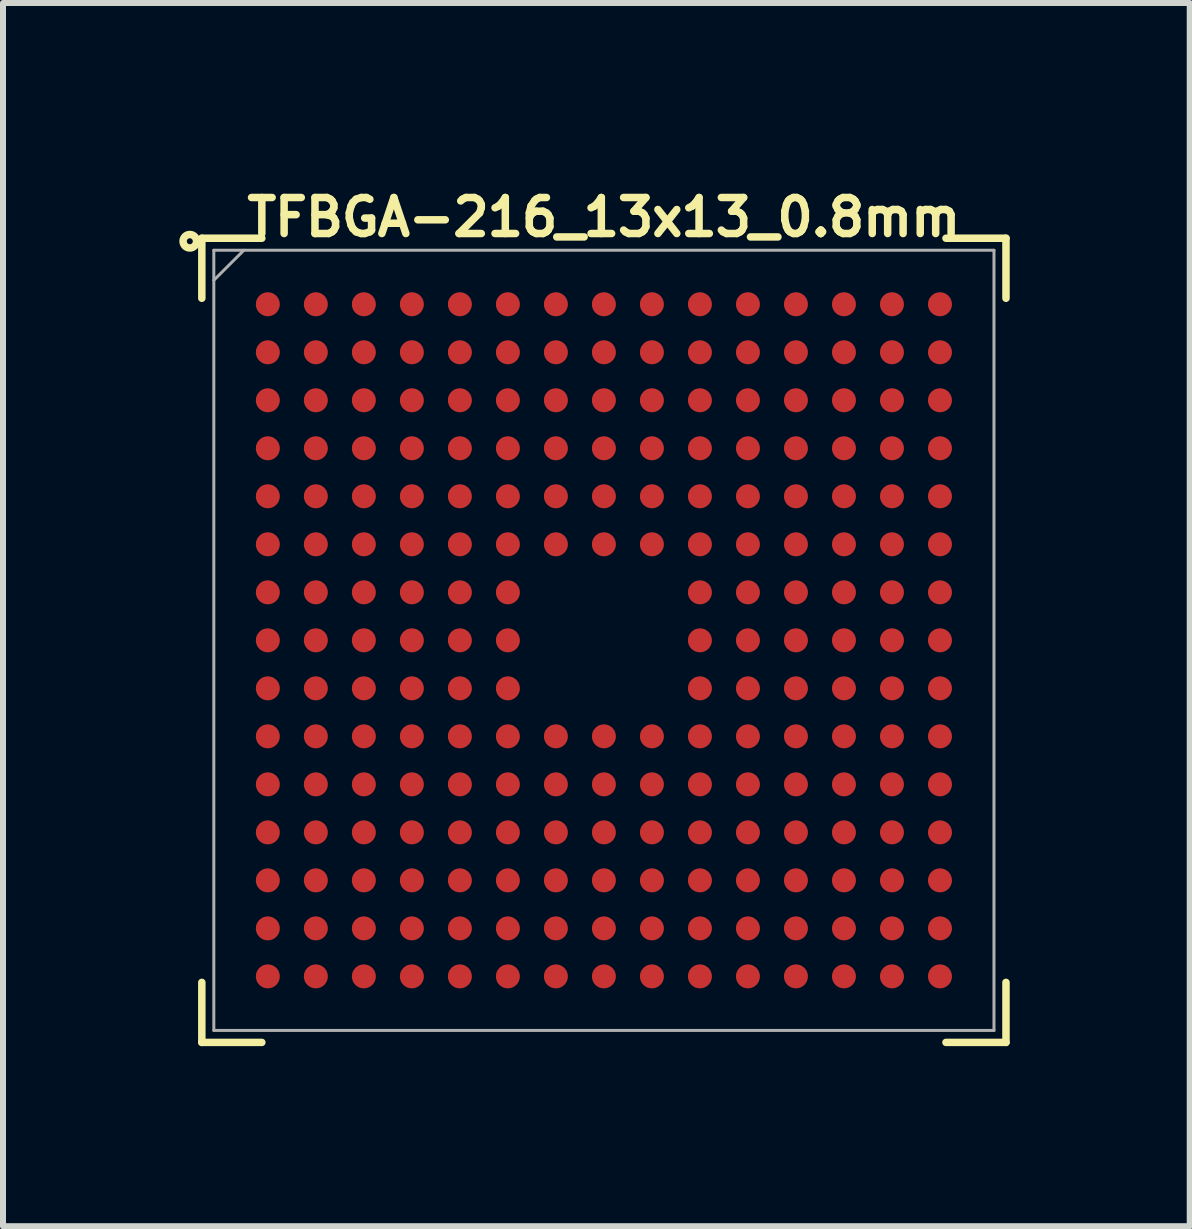
<source format=kicad_pcb>
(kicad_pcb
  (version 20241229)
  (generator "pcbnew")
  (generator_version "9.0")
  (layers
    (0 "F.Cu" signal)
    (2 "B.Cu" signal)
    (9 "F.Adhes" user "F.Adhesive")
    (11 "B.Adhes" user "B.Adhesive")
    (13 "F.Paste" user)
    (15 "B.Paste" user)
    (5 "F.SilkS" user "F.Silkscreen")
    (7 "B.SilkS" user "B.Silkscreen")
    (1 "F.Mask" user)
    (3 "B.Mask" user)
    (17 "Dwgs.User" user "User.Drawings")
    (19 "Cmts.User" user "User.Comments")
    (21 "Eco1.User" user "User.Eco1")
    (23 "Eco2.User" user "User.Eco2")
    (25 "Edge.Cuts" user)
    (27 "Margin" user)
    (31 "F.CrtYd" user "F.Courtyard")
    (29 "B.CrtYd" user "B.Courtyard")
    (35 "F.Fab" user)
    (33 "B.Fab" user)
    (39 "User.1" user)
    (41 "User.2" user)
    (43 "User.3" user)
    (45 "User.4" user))
  (footprint "TFBGA-216_13x13_0.8mm"
    (layer "F.Cu")
    (at 7.013 7.62)
    (property "Reference" "TFBGA-216_13x13_0.8mm" (at 0 -7.05 0) (layer "F.SilkS") (effects (font (size 0.6 0.6) (thickness 0.125))))
    (attr smd)
    (fp_line (start -6.7 -6.7) (end -6.7 -5.7) (stroke (width 0.125) (type solid)) (layer "F.SilkS"))
    (fp_line (start -6.7 -6.7) (end -5.7 -6.7) (stroke (width 0.125) (type solid)) (layer "F.SilkS"))
    (fp_line (start -6.7 6.7) (end -6.7 5.7) (stroke (width 0.125) (type solid)) (layer "F.SilkS"))
    (fp_line (start -6.7 6.7) (end -5.7 6.7) (stroke (width 0.125) (type solid)) (layer "F.SilkS"))
    (fp_line (start 6.7 -6.7) (end 5.7 -6.7) (stroke (width 0.125) (type solid)) (layer "F.SilkS"))
    (fp_line (start 6.7 -6.7) (end 6.7 -5.7) (stroke (width 0.125) (type solid)) (layer "F.SilkS"))
    (fp_line (start 6.7 6.7) (end 5.7 6.7) (stroke (width 0.125) (type solid)) (layer "F.SilkS"))
    (fp_line (start 6.7 6.7) (end 6.7 5.7) (stroke (width 0.125) (type solid)) (layer "F.SilkS"))
    (fp_circle (center -6.9 -6.65) (end -6.9 -6.7) (stroke (width 0.125) (type solid)) (fill no) (layer "F.SilkS"))
    (fp_line (start -6.5 -6.5) (end 6.5 -6.5) (stroke (width 0.05) (type solid)) (layer "F.Fab"))
    (fp_line (start -6.5 6.5) (end -6.5 -6.5) (stroke (width 0.05) (type solid)) (layer "F.Fab"))
    (fp_line (start -6 -6.5) (end -6.5 -6) (stroke (width 0.05) (type solid)) (layer "F.Fab"))
    (fp_line (start 6.5 -6.5) (end 6.5 6.5) (stroke (width 0.05) (type solid)) (layer "F.Fab"))
    (fp_line (start 6.5 6.5) (end -6.5 6.5) (stroke (width 0.05) (type solid)) (layer "F.Fab"))
    (pad "A1" smd circle (at -5.6 -5.6) (size 0.4 0.4) (layers "F.Cu" "F.Mask" "F.Paste"))
    (pad "A2" smd circle (at -4.8 -5.6) (size 0.4 0.4) (layers "F.Cu" "F.Mask" "F.Paste"))
    (pad "A3" smd circle (at -4 -5.6) (size 0.4 0.4) (layers "F.Cu" "F.Mask" "F.Paste"))
    (pad "A4" smd circle (at -3.2 -5.6) (size 0.4 0.4) (layers "F.Cu" "F.Mask" "F.Paste"))
    (pad "A5" smd circle (at -2.4 -5.6) (size 0.4 0.4) (layers "F.Cu" "F.Mask" "F.Paste"))
    (pad "A6" smd circle (at -1.6 -5.6) (size 0.4 0.4) (layers "F.Cu" "F.Mask" "F.Paste"))
    (pad "A7" smd circle (at -0.8 -5.6) (size 0.4 0.4) (layers "F.Cu" "F.Mask" "F.Paste"))
    (pad "A8" smd circle (at 0 -5.6) (size 0.4 0.4) (layers "F.Cu" "F.Mask" "F.Paste"))
    (pad "A9" smd circle (at 0.8 -5.6) (size 0.4 0.4) (layers "F.Cu" "F.Mask" "F.Paste"))
    (pad "A10" smd circle (at 1.6 -5.6) (size 0.4 0.4) (layers "F.Cu" "F.Mask" "F.Paste"))
    (pad "A11" smd circle (at 2.4 -5.6) (size 0.4 0.4) (layers "F.Cu" "F.Mask" "F.Paste"))
    (pad "A12" smd circle (at 3.2 -5.6) (size 0.4 0.4) (layers "F.Cu" "F.Mask" "F.Paste"))
    (pad "A13" smd circle (at 4 -5.6) (size 0.4 0.4) (layers "F.Cu" "F.Mask" "F.Paste"))
    (pad "A14" smd circle (at 4.8 -5.6) (size 0.4 0.4) (layers "F.Cu" "F.Mask" "F.Paste"))
    (pad "A15" smd circle (at 5.6 -5.6) (size 0.4 0.4) (layers "F.Cu" "F.Mask" "F.Paste"))
    (pad "B1" smd circle (at -5.6 -4.8) (size 0.4 0.4) (layers "F.Cu" "F.Mask" "F.Paste"))
    (pad "B2" smd circle (at -4.8 -4.8) (size 0.4 0.4) (layers "F.Cu" "F.Mask" "F.Paste"))
    (pad "B3" smd circle (at -4 -4.8) (size 0.4 0.4) (layers "F.Cu" "F.Mask" "F.Paste"))
    (pad "B4" smd circle (at -3.2 -4.8) (size 0.4 0.4) (layers "F.Cu" "F.Mask" "F.Paste"))
    (pad "B5" smd circle (at -2.4 -4.8) (size 0.4 0.4) (layers "F.Cu" "F.Mask" "F.Paste"))
    (pad "B6" smd circle (at -1.6 -4.8) (size 0.4 0.4) (layers "F.Cu" "F.Mask" "F.Paste"))
    (pad "B7" smd circle (at -0.8 -4.8) (size 0.4 0.4) (layers "F.Cu" "F.Mask" "F.Paste"))
    (pad "B8" smd circle (at 0 -4.8) (size 0.4 0.4) (layers "F.Cu" "F.Mask" "F.Paste"))
    (pad "B9" smd circle (at 0.8 -4.8) (size 0.4 0.4) (layers "F.Cu" "F.Mask" "F.Paste"))
    (pad "B10" smd circle (at 1.6 -4.8) (size 0.4 0.4) (layers "F.Cu" "F.Mask" "F.Paste"))
    (pad "B11" smd circle (at 2.4 -4.8) (size 0.4 0.4) (layers "F.Cu" "F.Mask" "F.Paste"))
    (pad "B12" smd circle (at 3.2 -4.8) (size 0.4 0.4) (layers "F.Cu" "F.Mask" "F.Paste"))
    (pad "B13" smd circle (at 4 -4.8) (size 0.4 0.4) (layers "F.Cu" "F.Mask" "F.Paste"))
    (pad "B14" smd circle (at 4.8 -4.8) (size 0.4 0.4) (layers "F.Cu" "F.Mask" "F.Paste"))
    (pad "B15" smd circle (at 5.6 -4.8) (size 0.4 0.4) (layers "F.Cu" "F.Mask" "F.Paste"))
    (pad "C1" smd circle (at -5.6 -4) (size 0.4 0.4) (layers "F.Cu" "F.Mask" "F.Paste"))
    (pad "C2" smd circle (at -4.8 -4) (size 0.4 0.4) (layers "F.Cu" "F.Mask" "F.Paste"))
    (pad "C3" smd circle (at -4 -4) (size 0.4 0.4) (layers "F.Cu" "F.Mask" "F.Paste"))
    (pad "C4" smd circle (at -3.2 -4) (size 0.4 0.4) (layers "F.Cu" "F.Mask" "F.Paste"))
    (pad "C5" smd circle (at -2.4 -4) (size 0.4 0.4) (layers "F.Cu" "F.Mask" "F.Paste"))
    (pad "C6" smd circle (at -1.6 -4) (size 0.4 0.4) (layers "F.Cu" "F.Mask" "F.Paste"))
    (pad "C7" smd circle (at -0.8 -4) (size 0.4 0.4) (layers "F.Cu" "F.Mask" "F.Paste"))
    (pad "C8" smd circle (at 0 -4) (size 0.4 0.4) (layers "F.Cu" "F.Mask" "F.Paste"))
    (pad "C9" smd circle (at 0.8 -4) (size 0.4 0.4) (layers "F.Cu" "F.Mask" "F.Paste"))
    (pad "C10" smd circle (at 1.6 -4) (size 0.4 0.4) (layers "F.Cu" "F.Mask" "F.Paste"))
    (pad "C11" smd circle (at 2.4 -4) (size 0.4 0.4) (layers "F.Cu" "F.Mask" "F.Paste"))
    (pad "C12" smd circle (at 3.2 -4) (size 0.4 0.4) (layers "F.Cu" "F.Mask" "F.Paste"))
    (pad "C13" smd circle (at 4 -4) (size 0.4 0.4) (layers "F.Cu" "F.Mask" "F.Paste"))
    (pad "C14" smd circle (at 4.8 -4) (size 0.4 0.4) (layers "F.Cu" "F.Mask" "F.Paste"))
    (pad "C15" smd circle (at 5.6 -4) (size 0.4 0.4) (layers "F.Cu" "F.Mask" "F.Paste"))
    (pad "D1" smd circle (at -5.6 -3.2) (size 0.4 0.4) (layers "F.Cu" "F.Mask" "F.Paste"))
    (pad "D2" smd circle (at -4.8 -3.2) (size 0.4 0.4) (layers "F.Cu" "F.Mask" "F.Paste"))
    (pad "D3" smd circle (at -4 -3.2) (size 0.4 0.4) (layers "F.Cu" "F.Mask" "F.Paste"))
    (pad "D4" smd circle (at -3.2 -3.2) (size 0.4 0.4) (layers "F.Cu" "F.Mask" "F.Paste"))
    (pad "D5" smd circle (at -2.4 -3.2) (size 0.4 0.4) (layers "F.Cu" "F.Mask" "F.Paste"))
    (pad "D6" smd circle (at -1.6 -3.2) (size 0.4 0.4) (layers "F.Cu" "F.Mask" "F.Paste"))
    (pad "D7" smd circle (at -0.8 -3.2) (size 0.4 0.4) (layers "F.Cu" "F.Mask" "F.Paste"))
    (pad "D8" smd circle (at 0 -3.2) (size 0.4 0.4) (layers "F.Cu" "F.Mask" "F.Paste"))
    (pad "D9" smd circle (at 0.8 -3.2) (size 0.4 0.4) (layers "F.Cu" "F.Mask" "F.Paste"))
    (pad "D10" smd circle (at 1.6 -3.2) (size 0.4 0.4) (layers "F.Cu" "F.Mask" "F.Paste"))
    (pad "D11" smd circle (at 2.4 -3.2) (size 0.4 0.4) (layers "F.Cu" "F.Mask" "F.Paste"))
    (pad "D12" smd circle (at 3.2 -3.2) (size 0.4 0.4) (layers "F.Cu" "F.Mask" "F.Paste"))
    (pad "D13" smd circle (at 4 -3.2) (size 0.4 0.4) (layers "F.Cu" "F.Mask" "F.Paste"))
    (pad "D14" smd circle (at 4.8 -3.2) (size 0.4 0.4) (layers "F.Cu" "F.Mask" "F.Paste"))
    (pad "D15" smd circle (at 5.6 -3.2) (size 0.4 0.4) (layers "F.Cu" "F.Mask" "F.Paste"))
    (pad "E1" smd circle (at -5.6 -2.4) (size 0.4 0.4) (layers "F.Cu" "F.Mask" "F.Paste"))
    (pad "E2" smd circle (at -4.8 -2.4) (size 0.4 0.4) (layers "F.Cu" "F.Mask" "F.Paste"))
    (pad "E3" smd circle (at -4 -2.4) (size 0.4 0.4) (layers "F.Cu" "F.Mask" "F.Paste"))
    (pad "E4" smd circle (at -3.2 -2.4) (size 0.4 0.4) (layers "F.Cu" "F.Mask" "F.Paste"))
    (pad "E5" smd circle (at -2.4 -2.4) (size 0.4 0.4) (layers "F.Cu" "F.Mask" "F.Paste"))
    (pad "E6" smd circle (at -1.6 -2.4) (size 0.4 0.4) (layers "F.Cu" "F.Mask" "F.Paste"))
    (pad "E7" smd circle (at -0.8 -2.4) (size 0.4 0.4) (layers "F.Cu" "F.Mask" "F.Paste"))
    (pad "E8" smd circle (at 0 -2.4) (size 0.4 0.4) (layers "F.Cu" "F.Mask" "F.Paste"))
    (pad "E9" smd circle (at 0.8 -2.4) (size 0.4 0.4) (layers "F.Cu" "F.Mask" "F.Paste"))
    (pad "E10" smd circle (at 1.6 -2.4) (size 0.4 0.4) (layers "F.Cu" "F.Mask" "F.Paste"))
    (pad "E11" smd circle (at 2.4 -2.4) (size 0.4 0.4) (layers "F.Cu" "F.Mask" "F.Paste"))
    (pad "E12" smd circle (at 3.2 -2.4) (size 0.4 0.4) (layers "F.Cu" "F.Mask" "F.Paste"))
    (pad "E13" smd circle (at 4 -2.4) (size 0.4 0.4) (layers "F.Cu" "F.Mask" "F.Paste"))
    (pad "E14" smd circle (at 4.8 -2.4) (size 0.4 0.4) (layers "F.Cu" "F.Mask" "F.Paste"))
    (pad "E15" smd circle (at 5.6 -2.4) (size 0.4 0.4) (layers "F.Cu" "F.Mask" "F.Paste"))
    (pad "F1" smd circle (at -5.6 -1.6) (size 0.4 0.4) (layers "F.Cu" "F.Mask" "F.Paste"))
    (pad "F2" smd circle (at -4.8 -1.6) (size 0.4 0.4) (layers "F.Cu" "F.Mask" "F.Paste"))
    (pad "F3" smd circle (at -4 -1.6) (size 0.4 0.4) (layers "F.Cu" "F.Mask" "F.Paste"))
    (pad "F4" smd circle (at -3.2 -1.6) (size 0.4 0.4) (layers "F.Cu" "F.Mask" "F.Paste"))
    (pad "F5" smd circle (at -2.4 -1.6) (size 0.4 0.4) (layers "F.Cu" "F.Mask" "F.Paste"))
    (pad "F6" smd circle (at -1.6 -1.6) (size 0.4 0.4) (layers "F.Cu" "F.Mask" "F.Paste"))
    (pad "F7" smd circle (at -0.8 -1.6) (size 0.4 0.4) (layers "F.Cu" "F.Mask" "F.Paste"))
    (pad "F8" smd circle (at 0 -1.6) (size 0.4 0.4) (layers "F.Cu" "F.Mask" "F.Paste"))
    (pad "F9" smd circle (at 0.8 -1.6) (size 0.4 0.4) (layers "F.Cu" "F.Mask" "F.Paste"))
    (pad "F10" smd circle (at 1.6 -1.6) (size 0.4 0.4) (layers "F.Cu" "F.Mask" "F.Paste"))
    (pad "F11" smd circle (at 2.4 -1.6) (size 0.4 0.4) (layers "F.Cu" "F.Mask" "F.Paste"))
    (pad "F12" smd circle (at 3.2 -1.6) (size 0.4 0.4) (layers "F.Cu" "F.Mask" "F.Paste"))
    (pad "F13" smd circle (at 4 -1.6) (size 0.4 0.4) (layers "F.Cu" "F.Mask" "F.Paste"))
    (pad "F14" smd circle (at 4.8 -1.6) (size 0.4 0.4) (layers "F.Cu" "F.Mask" "F.Paste"))
    (pad "F15" smd circle (at 5.6 -1.6) (size 0.4 0.4) (layers "F.Cu" "F.Mask" "F.Paste"))
    (pad "G1" smd circle (at -5.6 -0.8) (size 0.4 0.4) (layers "F.Cu" "F.Mask" "F.Paste"))
    (pad "G2" smd circle (at -4.8 -0.8) (size 0.4 0.4) (layers "F.Cu" "F.Mask" "F.Paste"))
    (pad "G3" smd circle (at -4 -0.8) (size 0.4 0.4) (layers "F.Cu" "F.Mask" "F.Paste"))
    (pad "G4" smd circle (at -3.2 -0.8) (size 0.4 0.4) (layers "F.Cu" "F.Mask" "F.Paste"))
    (pad "G5" smd circle (at -2.4 -0.8) (size 0.4 0.4) (layers "F.Cu" "F.Mask" "F.Paste"))
    (pad "G6" smd circle (at -1.6 -0.8) (size 0.4 0.4) (layers "F.Cu" "F.Mask" "F.Paste"))
    (pad "G10" smd circle (at 1.6 -0.8) (size 0.4 0.4) (layers "F.Cu" "F.Mask" "F.Paste"))
    (pad "G11" smd circle (at 2.4 -0.8) (size 0.4 0.4) (layers "F.Cu" "F.Mask" "F.Paste"))
    (pad "G12" smd circle (at 3.2 -0.8) (size 0.4 0.4) (layers "F.Cu" "F.Mask" "F.Paste"))
    (pad "G13" smd circle (at 4 -0.8) (size 0.4 0.4) (layers "F.Cu" "F.Mask" "F.Paste"))
    (pad "G14" smd circle (at 4.8 -0.8) (size 0.4 0.4) (layers "F.Cu" "F.Mask" "F.Paste"))
    (pad "G15" smd circle (at 5.6 -0.8) (size 0.4 0.4) (layers "F.Cu" "F.Mask" "F.Paste"))
    (pad "H1" smd circle (at -5.6 0) (size 0.4 0.4) (layers "F.Cu" "F.Mask" "F.Paste"))
    (pad "H2" smd circle (at -4.8 0) (size 0.4 0.4) (layers "F.Cu" "F.Mask" "F.Paste"))
    (pad "H3" smd circle (at -4 0) (size 0.4 0.4) (layers "F.Cu" "F.Mask" "F.Paste"))
    (pad "H4" smd circle (at -3.2 0) (size 0.4 0.4) (layers "F.Cu" "F.Mask" "F.Paste"))
    (pad "H5" smd circle (at -2.4 0) (size 0.4 0.4) (layers "F.Cu" "F.Mask" "F.Paste"))
    (pad "H6" smd circle (at -1.6 0) (size 0.4 0.4) (layers "F.Cu" "F.Mask" "F.Paste"))
    (pad "H10" smd circle (at 1.6 0) (size 0.4 0.4) (layers "F.Cu" "F.Mask" "F.Paste"))
    (pad "H11" smd circle (at 2.4 0) (size 0.4 0.4) (layers "F.Cu" "F.Mask" "F.Paste"))
    (pad "H12" smd circle (at 3.2 0) (size 0.4 0.4) (layers "F.Cu" "F.Mask" "F.Paste"))
    (pad "H13" smd circle (at 4 0) (size 0.4 0.4) (layers "F.Cu" "F.Mask" "F.Paste"))
    (pad "H14" smd circle (at 4.8 0) (size 0.4 0.4) (layers "F.Cu" "F.Mask" "F.Paste"))
    (pad "H15" smd circle (at 5.6 0) (size 0.4 0.4) (layers "F.Cu" "F.Mask" "F.Paste"))
    (pad "J1" smd circle (at -5.6 0.8) (size 0.4 0.4) (layers "F.Cu" "F.Mask" "F.Paste"))
    (pad "J2" smd circle (at -4.8 0.8) (size 0.4 0.4) (layers "F.Cu" "F.Mask" "F.Paste"))
    (pad "J3" smd circle (at -4 0.8) (size 0.4 0.4) (layers "F.Cu" "F.Mask" "F.Paste"))
    (pad "J4" smd circle (at -3.2 0.8) (size 0.4 0.4) (layers "F.Cu" "F.Mask" "F.Paste"))
    (pad "J5" smd circle (at -2.4 0.8) (size 0.4 0.4) (layers "F.Cu" "F.Mask" "F.Paste"))
    (pad "J6" smd circle (at -1.6 0.8) (size 0.4 0.4) (layers "F.Cu" "F.Mask" "F.Paste"))
    (pad "J10" smd circle (at 1.6 0.8) (size 0.4 0.4) (layers "F.Cu" "F.Mask" "F.Paste"))
    (pad "J11" smd circle (at 2.4 0.8) (size 0.4 0.4) (layers "F.Cu" "F.Mask" "F.Paste"))
    (pad "J12" smd circle (at 3.2 0.8) (size 0.4 0.4) (layers "F.Cu" "F.Mask" "F.Paste"))
    (pad "J13" smd circle (at 4 0.8) (size 0.4 0.4) (layers "F.Cu" "F.Mask" "F.Paste"))
    (pad "J14" smd circle (at 4.8 0.8) (size 0.4 0.4) (layers "F.Cu" "F.Mask" "F.Paste"))
    (pad "J15" smd circle (at 5.6 0.8) (size 0.4 0.4) (layers "F.Cu" "F.Mask" "F.Paste"))
    (pad "K1" smd circle (at -5.6 1.6) (size 0.4 0.4) (layers "F.Cu" "F.Mask" "F.Paste"))
    (pad "K2" smd circle (at -4.8 1.6) (size 0.4 0.4) (layers "F.Cu" "F.Mask" "F.Paste"))
    (pad "K3" smd circle (at -4 1.6) (size 0.4 0.4) (layers "F.Cu" "F.Mask" "F.Paste"))
    (pad "K4" smd circle (at -3.2 1.6) (size 0.4 0.4) (layers "F.Cu" "F.Mask" "F.Paste"))
    (pad "K5" smd circle (at -2.4 1.6) (size 0.4 0.4) (layers "F.Cu" "F.Mask" "F.Paste"))
    (pad "K6" smd circle (at -1.6 1.6) (size 0.4 0.4) (layers "F.Cu" "F.Mask" "F.Paste"))
    (pad "K7" smd circle (at -0.8 1.6) (size 0.4 0.4) (layers "F.Cu" "F.Mask" "F.Paste"))
    (pad "K8" smd circle (at 0 1.6) (size 0.4 0.4) (layers "F.Cu" "F.Mask" "F.Paste"))
    (pad "K9" smd circle (at 0.8 1.6) (size 0.4 0.4) (layers "F.Cu" "F.Mask" "F.Paste"))
    (pad "K10" smd circle (at 1.6 1.6) (size 0.4 0.4) (layers "F.Cu" "F.Mask" "F.Paste"))
    (pad "K11" smd circle (at 2.4 1.6) (size 0.4 0.4) (layers "F.Cu" "F.Mask" "F.Paste"))
    (pad "K12" smd circle (at 3.2 1.6) (size 0.4 0.4) (layers "F.Cu" "F.Mask" "F.Paste"))
    (pad "K13" smd circle (at 4 1.6) (size 0.4 0.4) (layers "F.Cu" "F.Mask" "F.Paste"))
    (pad "K14" smd circle (at 4.8 1.6) (size 0.4 0.4) (layers "F.Cu" "F.Mask" "F.Paste"))
    (pad "K15" smd circle (at 5.6 1.6) (size 0.4 0.4) (layers "F.Cu" "F.Mask" "F.Paste"))
    (pad "L1" smd circle (at -5.6 2.4) (size 0.4 0.4) (layers "F.Cu" "F.Mask" "F.Paste"))
    (pad "L2" smd circle (at -4.8 2.4) (size 0.4 0.4) (layers "F.Cu" "F.Mask" "F.Paste"))
    (pad "L3" smd circle (at -4 2.4) (size 0.4 0.4) (layers "F.Cu" "F.Mask" "F.Paste"))
    (pad "L4" smd circle (at -3.2 2.4) (size 0.4 0.4) (layers "F.Cu" "F.Mask" "F.Paste"))
    (pad "L5" smd circle (at -2.4 2.4) (size 0.4 0.4) (layers "F.Cu" "F.Mask" "F.Paste"))
    (pad "L6" smd circle (at -1.6 2.4) (size 0.4 0.4) (layers "F.Cu" "F.Mask" "F.Paste"))
    (pad "L7" smd circle (at -0.8 2.4) (size 0.4 0.4) (layers "F.Cu" "F.Mask" "F.Paste"))
    (pad "L8" smd circle (at 0 2.4) (size 0.4 0.4) (layers "F.Cu" "F.Mask" "F.Paste"))
    (pad "L9" smd circle (at 0.8 2.4) (size 0.4 0.4) (layers "F.Cu" "F.Mask" "F.Paste"))
    (pad "L10" smd circle (at 1.6 2.4) (size 0.4 0.4) (layers "F.Cu" "F.Mask" "F.Paste"))
    (pad "L11" smd circle (at 2.4 2.4) (size 0.4 0.4) (layers "F.Cu" "F.Mask" "F.Paste"))
    (pad "L12" smd circle (at 3.2 2.4) (size 0.4 0.4) (layers "F.Cu" "F.Mask" "F.Paste"))
    (pad "L13" smd circle (at 4 2.4) (size 0.4 0.4) (layers "F.Cu" "F.Mask" "F.Paste"))
    (pad "L14" smd circle (at 4.8 2.4) (size 0.4 0.4) (layers "F.Cu" "F.Mask" "F.Paste"))
    (pad "L15" smd circle (at 5.6 2.4) (size 0.4 0.4) (layers "F.Cu" "F.Mask" "F.Paste"))
    (pad "M1" smd circle (at -5.6 3.2) (size 0.4 0.4) (layers "F.Cu" "F.Mask" "F.Paste"))
    (pad "M2" smd circle (at -4.8 3.2) (size 0.4 0.4) (layers "F.Cu" "F.Mask" "F.Paste"))
    (pad "M3" smd circle (at -4 3.2) (size 0.4 0.4) (layers "F.Cu" "F.Mask" "F.Paste"))
    (pad "M4" smd circle (at -3.2 3.2) (size 0.4 0.4) (layers "F.Cu" "F.Mask" "F.Paste"))
    (pad "M5" smd circle (at -2.4 3.2) (size 0.4 0.4) (layers "F.Cu" "F.Mask" "F.Paste"))
    (pad "M6" smd circle (at -1.6 3.2) (size 0.4 0.4) (layers "F.Cu" "F.Mask" "F.Paste"))
    (pad "M7" smd circle (at -0.8 3.2) (size 0.4 0.4) (layers "F.Cu" "F.Mask" "F.Paste"))
    (pad "M8" smd circle (at 0 3.2) (size 0.4 0.4) (layers "F.Cu" "F.Mask" "F.Paste"))
    (pad "M9" smd circle (at 0.8 3.2) (size 0.4 0.4) (layers "F.Cu" "F.Mask" "F.Paste"))
    (pad "M10" smd circle (at 1.6 3.2) (size 0.4 0.4) (layers "F.Cu" "F.Mask" "F.Paste"))
    (pad "M11" smd circle (at 2.4 3.2) (size 0.4 0.4) (layers "F.Cu" "F.Mask" "F.Paste"))
    (pad "M12" smd circle (at 3.2 3.2) (size 0.4 0.4) (layers "F.Cu" "F.Mask" "F.Paste"))
    (pad "M13" smd circle (at 4 3.2) (size 0.4 0.4) (layers "F.Cu" "F.Mask" "F.Paste"))
    (pad "M14" smd circle (at 4.8 3.2) (size 0.4 0.4) (layers "F.Cu" "F.Mask" "F.Paste"))
    (pad "M15" smd circle (at 5.6 3.2) (size 0.4 0.4) (layers "F.Cu" "F.Mask" "F.Paste"))
    (pad "N1" smd circle (at -5.6 4) (size 0.4 0.4) (layers "F.Cu" "F.Mask" "F.Paste"))
    (pad "N2" smd circle (at -4.8 4) (size 0.4 0.4) (layers "F.Cu" "F.Mask" "F.Paste"))
    (pad "N3" smd circle (at -4 4) (size 0.4 0.4) (layers "F.Cu" "F.Mask" "F.Paste"))
    (pad "N4" smd circle (at -3.2 4) (size 0.4 0.4) (layers "F.Cu" "F.Mask" "F.Paste"))
    (pad "N5" smd circle (at -2.4 4) (size 0.4 0.4) (layers "F.Cu" "F.Mask" "F.Paste"))
    (pad "N6" smd circle (at -1.6 4) (size 0.4 0.4) (layers "F.Cu" "F.Mask" "F.Paste"))
    (pad "N7" smd circle (at -0.8 4) (size 0.4 0.4) (layers "F.Cu" "F.Mask" "F.Paste"))
    (pad "N8" smd circle (at 0 4) (size 0.4 0.4) (layers "F.Cu" "F.Mask" "F.Paste"))
    (pad "N9" smd circle (at 0.8 4) (size 0.4 0.4) (layers "F.Cu" "F.Mask" "F.Paste"))
    (pad "N10" smd circle (at 1.6 4) (size 0.4 0.4) (layers "F.Cu" "F.Mask" "F.Paste"))
    (pad "N11" smd circle (at 2.4 4) (size 0.4 0.4) (layers "F.Cu" "F.Mask" "F.Paste"))
    (pad "N12" smd circle (at 3.2 4) (size 0.4 0.4) (layers "F.Cu" "F.Mask" "F.Paste"))
    (pad "N13" smd circle (at 4 4) (size 0.4 0.4) (layers "F.Cu" "F.Mask" "F.Paste"))
    (pad "N14" smd circle (at 4.8 4) (size 0.4 0.4) (layers "F.Cu" "F.Mask" "F.Paste"))
    (pad "N15" smd circle (at 5.6 4) (size 0.4 0.4) (layers "F.Cu" "F.Mask" "F.Paste"))
    (pad "P1" smd circle (at -5.6 4.8) (size 0.4 0.4) (layers "F.Cu" "F.Mask" "F.Paste"))
    (pad "P2" smd circle (at -4.8 4.8) (size 0.4 0.4) (layers "F.Cu" "F.Mask" "F.Paste"))
    (pad "P3" smd circle (at -4 4.8) (size 0.4 0.4) (layers "F.Cu" "F.Mask" "F.Paste"))
    (pad "P4" smd circle (at -3.2 4.8) (size 0.4 0.4) (layers "F.Cu" "F.Mask" "F.Paste"))
    (pad "P5" smd circle (at -2.4 4.8) (size 0.4 0.4) (layers "F.Cu" "F.Mask" "F.Paste"))
    (pad "P6" smd circle (at -1.6 4.8) (size 0.4 0.4) (layers "F.Cu" "F.Mask" "F.Paste"))
    (pad "P7" smd circle (at -0.8 4.8) (size 0.4 0.4) (layers "F.Cu" "F.Mask" "F.Paste"))
    (pad "P8" smd circle (at 0 4.8) (size 0.4 0.4) (layers "F.Cu" "F.Mask" "F.Paste"))
    (pad "P9" smd circle (at 0.8 4.8) (size 0.4 0.4) (layers "F.Cu" "F.Mask" "F.Paste"))
    (pad "P10" smd circle (at 1.6 4.8) (size 0.4 0.4) (layers "F.Cu" "F.Mask" "F.Paste"))
    (pad "P11" smd circle (at 2.4 4.8) (size 0.4 0.4) (layers "F.Cu" "F.Mask" "F.Paste"))
    (pad "P12" smd circle (at 3.2 4.8) (size 0.4 0.4) (layers "F.Cu" "F.Mask" "F.Paste"))
    (pad "P13" smd circle (at 4 4.8) (size 0.4 0.4) (layers "F.Cu" "F.Mask" "F.Paste"))
    (pad "P14" smd circle (at 4.8 4.8) (size 0.4 0.4) (layers "F.Cu" "F.Mask" "F.Paste"))
    (pad "P15" smd circle (at 5.6 4.8) (size 0.4 0.4) (layers "F.Cu" "F.Mask" "F.Paste"))
    (pad "R1" smd circle (at -5.6 5.6) (size 0.4 0.4) (layers "F.Cu" "F.Mask" "F.Paste"))
    (pad "R2" smd circle (at -4.8 5.6) (size 0.4 0.4) (layers "F.Cu" "F.Mask" "F.Paste"))
    (pad "R3" smd circle (at -4 5.6) (size 0.4 0.4) (layers "F.Cu" "F.Mask" "F.Paste"))
    (pad "R4" smd circle (at -3.2 5.6) (size 0.4 0.4) (layers "F.Cu" "F.Mask" "F.Paste"))
    (pad "R5" smd circle (at -2.4 5.6) (size 0.4 0.4) (layers "F.Cu" "F.Mask" "F.Paste"))
    (pad "R6" smd circle (at -1.6 5.6) (size 0.4 0.4) (layers "F.Cu" "F.Mask" "F.Paste"))
    (pad "R7" smd circle (at -0.8 5.6) (size 0.4 0.4) (layers "F.Cu" "F.Mask" "F.Paste"))
    (pad "R8" smd circle (at 0 5.6) (size 0.4 0.4) (layers "F.Cu" "F.Mask" "F.Paste"))
    (pad "R9" smd circle (at 0.8 5.6) (size 0.4 0.4) (layers "F.Cu" "F.Mask" "F.Paste"))
    (pad "R10" smd circle (at 1.6 5.6) (size 0.4 0.4) (layers "F.Cu" "F.Mask" "F.Paste"))
    (pad "R11" smd circle (at 2.4 5.6) (size 0.4 0.4) (layers "F.Cu" "F.Mask" "F.Paste"))
    (pad "R12" smd circle (at 3.2 5.6) (size 0.4 0.4) (layers "F.Cu" "F.Mask" "F.Paste"))
    (pad "R13" smd circle (at 4 5.6) (size 0.4 0.4) (layers "F.Cu" "F.Mask" "F.Paste"))
    (pad "R14" smd circle (at 4.8 5.6) (size 0.4 0.4) (layers "F.Cu" "F.Mask" "F.Paste"))
    (pad "R15" smd circle (at 5.6 5.6) (size 0.4 0.4) (layers "F.Cu" "F.Mask" "F.Paste")))
  (gr_rect
    (start -3 -3)
    (end 16.775 17.383)
    (stroke (width 0.1) (type default))
    (fill no)
    (layer "Edge.Cuts")))
</source>
